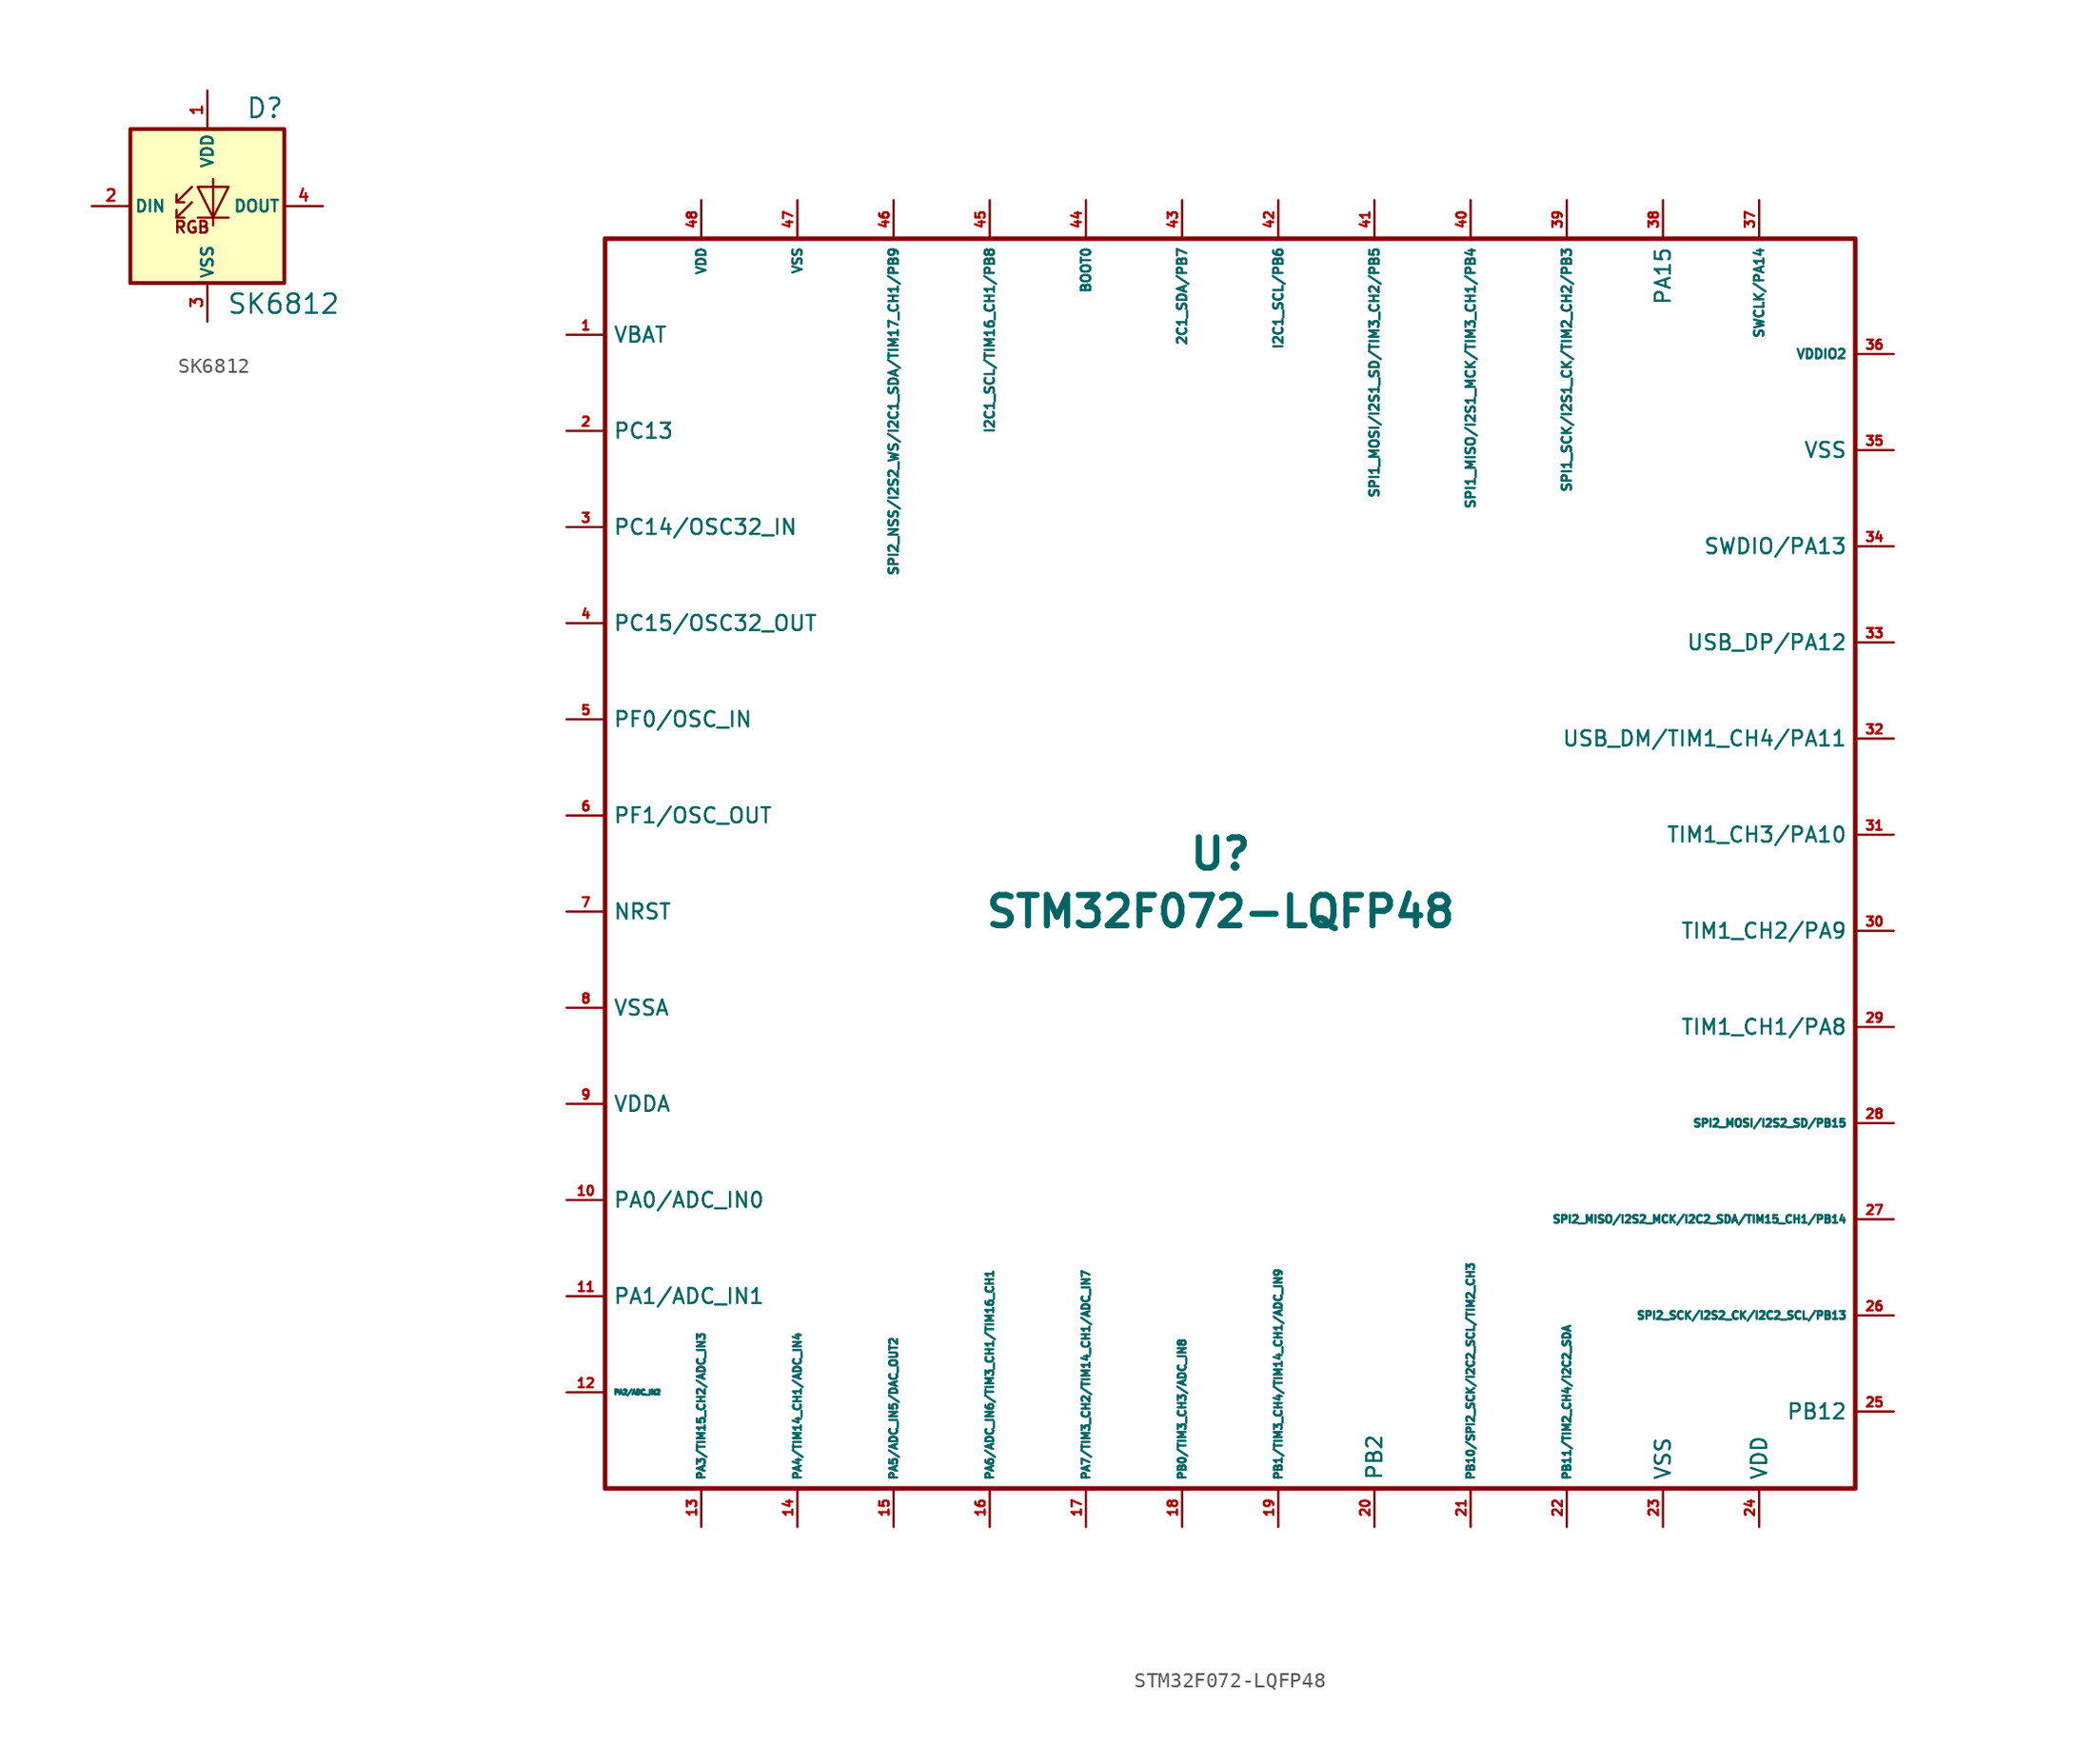
<source format=kicad_sym>
(kicad_symbol_lib
  (version 20200126)
  (host kicad_symbol_editor "(5.99.0-2039-g05a89863c)")
  (symbol "acheronSymbols:SK6812"
    (pin_names
      (offset 0.254))
    (property "Reference" "D"
      (at 5.08 5.715 0)
      (effects (font (size 1.27 1.27)) (justify right bottom)))
    (property "Value" "SK6812"
      (at 1.27 -5.715 0)
      (effects (font (size 1.27 1.27)) (justify left top)))
    (symbol "SK6812_0_0"
      (text "RGB" (at -1.016 -1.397 0) (effects (font (size 0.762 0.762)))))
    (symbol "SK6812_0_1"
      (rectangle (start 5.08 5.08) (end -5.08 -5.08) (stroke (width 0.254)) (fill (type background)))
      (polyline (pts (xy -2.032 -0.762) (xy -1.524 -0.762)) (stroke (width 0)) (fill (type none)))
      (polyline (pts (xy -2.032 0.254) (xy -1.524 0.254)) (stroke (width 0)) (fill (type none)))
      (polyline (pts (xy 1.397 -0.762) (xy -0.635 -0.762)) (stroke (width 0)) (fill (type none)))
      (polyline (pts (xy -1.016 0.254) (xy -2.032 -0.762) (xy -2.032 -0.254)) (stroke (width 0)) (fill (type none)))
      (polyline (pts (xy -1.016 1.27) (xy -2.032 0.254) (xy -2.032 0.762)) (stroke (width 0)) (fill (type none)))
      (polyline (pts (xy 0.381 1.778) (xy 0.381 -0.762) (xy 0.381 -1.27)) (stroke (width 0)) (fill (type none)))
      (polyline (pts (xy 1.397 1.27) (xy -0.635 1.27) (xy 0.381 -0.762) (xy 1.397 1.27)) (stroke (width 0)) (fill (type none))))
    (symbol "SK6812_1_1"
      (pin power_in line (at 0 7.62 270) (length 2.54) (name "VDD" (effects (font (size 0.762 0.762)))) (number "1" (effects (font (size 0.762 0.762)))))
      (pin input line (at -7.62 0 0) (length 2.54) (name "DIN" (effects (font (size 0.762 0.762)))) (number "2" (effects (font (size 0.762 0.762)))))
      (pin power_in line (at 0 -7.62 90) (length 2.54) (name "VSS" (effects (font (size 0.762 0.762)))) (number "3" (effects (font (size 0.762 0.762)))))
      (pin output line (at 7.62 0 180) (length 2.54) (name "DOUT" (effects (font (size 0.762 0.762)))) (number "4" (effects (font (size 0.762 0.762)))))))
  (symbol "acheronSymbols:STM32F072-LQFP48"
    (property "Reference" "U"
      (at 0 1.27 0)
      (effects (font (size 2.007 2.007) bold)))
    (property "Value" "STM32F072-LQFP48"
      (at 0 -2.54 0)
      (effects (font (size 2.007 2.007) bold)))
    (symbol "STM32F072-LQFP48_0_1"
      (rectangle (start 41.91 41.91) (end -40.64 -40.64) (stroke (width 0.305)) (fill (type none))))
    (symbol "STM32F072-LQFP48_1_1"
      (pin power_in line (at -43.18 35.56 0) (length 2.54) (name "VBAT" (effects (font (size 0.991 0.991)))) (number "1" (effects (font (size 0.61 0.61)))))
      (pin bidirectional line (at -43.18 -21.59 0) (length 2.54) (name "PA0/ADC_IN0" (effects (font (size 0.991 0.991)))) (number "10" (effects (font (size 0.61 0.61)))))
      (pin bidirectional line (at -43.18 -27.94 0) (length 2.54) (name "PA1/ADC_IN1" (effects (font (size 0.991 0.991)))) (number "11" (effects (font (size 0.61 0.61)))))
      (pin bidirectional line (at -43.18 -34.29 0) (length 2.54) (name "PA2/ADC_IN2" (effects (font (size 0.305 0.305)))) (number "12" (effects (font (size 0.61 0.61)))))
      (pin bidirectional line (at -34.29 -43.18 90) (length 2.54) (name "PA3/TIM15_CH2/ADC_IN3" (effects (font (size 0.508 0.508)))) (number "13" (effects (font (size 0.61 0.61)))))
      (pin bidirectional line (at -27.94 -43.18 90) (length 2.54) (name "PA4/TIM14_CH1/ADC_IN4" (effects (font (size 0.508 0.508)))) (number "14" (effects (font (size 0.61 0.61)))))
      (pin bidirectional line (at -21.59 -43.18 90) (length 2.54) (name "PA5/ADC_IN5/DAC_OUT2" (effects (font (size 0.508 0.508)))) (number "15" (effects (font (size 0.61 0.61)))))
      (pin bidirectional line (at -15.24 -43.18 90) (length 2.54) (name "PA6/ADC_IN6/TIM3_CH1/TIM16_CH1" (effects (font (size 0.508 0.508)))) (number "16" (effects (font (size 0.61 0.61)))))
      (pin bidirectional line (at -8.89 -43.18 90) (length 2.54) (name "PA7/TIM3_CH2/TIM14_CH1/ADC_IN7" (effects (font (size 0.508 0.508)))) (number "17" (effects (font (size 0.61 0.61)))))
      (pin bidirectional line (at -2.54 -43.18 90) (length 2.54) (name "PB0/TIM3_CH3/ADC_IN8" (effects (font (size 0.508 0.508)))) (number "18" (effects (font (size 0.61 0.61)))))
      (pin bidirectional line (at 3.81 -43.18 90) (length 2.54) (name "PB1/TIM3_CH4/TIM14_CH1/ADC_IN9" (effects (font (size 0.508 0.508)))) (number "19" (effects (font (size 0.61 0.61)))))
      (pin bidirectional line (at -43.18 29.21 0) (length 2.54) (name "PC13" (effects (font (size 0.991 0.991)))) (number "2" (effects (font (size 0.61 0.61)))))
      (pin bidirectional line (at 10.16 -43.18 90) (length 2.54) (name "PB2" (effects (font (size 0.991 0.991)))) (number "20" (effects (font (size 0.61 0.61)))))
      (pin bidirectional line (at 16.51 -43.18 90) (length 2.54) (name "PB10/SPI2_SCK/I2C2_SCL/TIM2_CH3" (effects (font (size 0.508 0.508)))) (number "21" (effects (font (size 0.61 0.61)))))
      (pin bidirectional line (at 22.86 -43.18 90) (length 2.54) (name "PB11/TIM2_CH4/I2C2_SDA" (effects (font (size 0.508 0.508)))) (number "22" (effects (font (size 0.61 0.61)))))
      (pin power_in line (at 29.21 -43.18 90) (length 2.54) (name "VSS" (effects (font (size 0.991 0.991)))) (number "23" (effects (font (size 0.61 0.61)))))
      (pin power_in line (at 35.56 -43.18 90) (length 2.54) (name "VDD" (effects (font (size 0.991 0.991)))) (number "24" (effects (font (size 0.61 0.61)))))
      (pin bidirectional line (at 44.45 -35.56 180) (length 2.54) (name "PB12" (effects (font (size 0.991 0.991)))) (number "25" (effects (font (size 0.61 0.61)))))
      (pin bidirectional line (at 44.45 -29.21 180) (length 2.54) (name "SPI2_SCK/I2S2_CK/I2C2_SCL/PB13" (effects (font (size 0.508 0.508)))) (number "26" (effects (font (size 0.61 0.61)))))
      (pin bidirectional line (at 44.45 -22.86 180) (length 2.54) (name "SPI2_MISO/I2S2_MCK/I2C2_SDA/TIM15_CH1/PB14" (effects (font (size 0.508 0.508)))) (number "27" (effects (font (size 0.61 0.61)))))
      (pin bidirectional line (at 44.45 -16.51 180) (length 2.54) (name "SPI2_MOSI/I2S2_SD/PB15" (effects (font (size 0.508 0.508)))) (number "28" (effects (font (size 0.61 0.61)))))
      (pin bidirectional line (at 44.45 -10.16 180) (length 2.54) (name "TIM1_CH1/PA8" (effects (font (size 0.991 0.991)))) (number "29" (effects (font (size 0.61 0.61)))))
      (pin bidirectional line (at -43.18 22.86 0) (length 2.54) (name "PC14/OSC32_IN" (effects (font (size 0.991 0.991)))) (number "3" (effects (font (size 0.61 0.61)))))
      (pin bidirectional line (at 44.45 -3.81 180) (length 2.54) (name "TIM1_CH2/PA9" (effects (font (size 0.991 0.991)))) (number "30" (effects (font (size 0.61 0.61)))))
      (pin bidirectional line (at 44.45 2.54 180) (length 2.54) (name "TIM1_CH3/PA10" (effects (font (size 0.991 0.991)))) (number "31" (effects (font (size 0.61 0.61)))))
      (pin bidirectional line (at 44.45 8.89 180) (length 2.54) (name "USB_DM/TIM1_CH4/PA11" (effects (font (size 0.991 0.991)))) (number "32" (effects (font (size 0.61 0.61)))))
      (pin bidirectional line (at 44.45 15.24 180) (length 2.54) (name "USB_DP/PA12" (effects (font (size 0.991 0.991)))) (number "33" (effects (font (size 0.61 0.61)))))
      (pin bidirectional line (at 44.45 21.59 180) (length 2.54) (name "SWDIO/PA13" (effects (font (size 0.991 0.991)))) (number "34" (effects (font (size 0.61 0.61)))))
      (pin power_in line (at 44.45 27.94 180) (length 2.54) (name "VSS" (effects (font (size 0.991 0.991)))) (number "35" (effects (font (size 0.61 0.61)))))
      (pin power_in line (at 44.45 34.29 180) (length 2.54) (name "VDDIO2" (effects (font (size 0.61 0.61)))) (number "36" (effects (font (size 0.61 0.61)))))
      (pin bidirectional line (at 35.56 44.45 270) (length 2.54) (name "SWCLK/PA14" (effects (font (size 0.61 0.61)))) (number "37" (effects (font (size 0.61 0.61)))))
      (pin bidirectional line (at 29.21 44.45 270) (length 2.54) (name "PA15" (effects (font (size 0.991 0.991)))) (number "38" (effects (font (size 0.61 0.61)))))
      (pin bidirectional line (at 22.86 44.45 270) (length 2.54) (name "SPI1_SCK/I2S1_CK/TIM2_CH2/PB3" (effects (font (size 0.61 0.61)))) (number "39" (effects (font (size 0.61 0.61)))))
      (pin bidirectional line (at -43.18 16.51 0) (length 2.54) (name "PC15/OSC32_OUT" (effects (font (size 0.991 0.991)))) (number "4" (effects (font (size 0.61 0.61)))))
      (pin bidirectional line (at 16.51 44.45 270) (length 2.54) (name "SPI1_MISO/I2S1_MCK/TIM3_CH1/PB4" (effects (font (size 0.61 0.61)))) (number "40" (effects (font (size 0.61 0.61)))))
      (pin bidirectional line (at 10.16 44.45 270) (length 2.54) (name "SPI1_MOSI/I2S1_SD/TIM3_CH2/PB5" (effects (font (size 0.61 0.61)))) (number "41" (effects (font (size 0.61 0.61)))))
      (pin bidirectional line (at 3.81 44.45 270) (length 2.54) (name "I2C1_SCL/PB6" (effects (font (size 0.61 0.61)))) (number "42" (effects (font (size 0.61 0.61)))))
      (pin bidirectional line (at -2.54 44.45 270) (length 2.54) (name "2C1_SDA/PB7" (effects (font (size 0.61 0.61)))) (number "43" (effects (font (size 0.61 0.61)))))
      (pin output line (at -8.89 44.45 270) (length 2.54) (name "BOOT0" (effects (font (size 0.61 0.61)))) (number "44" (effects (font (size 0.61 0.61)))))
      (pin bidirectional line (at -15.24 44.45 270) (length 2.54) (name "I2C1_SCL/TIM16_CH1/PB8" (effects (font (size 0.61 0.61)))) (number "45" (effects (font (size 0.61 0.61)))))
      (pin input line (at -21.59 44.45 270) (length 2.54) (name "SPI2_NSS/I2S2_WS/I2C1_SDA/TIM17_CH1/PB9" (effects (font (size 0.61 0.61)))) (number "46" (effects (font (size 0.61 0.61)))))
      (pin input line (at -27.94 44.45 270) (length 2.54) (name "VSS" (effects (font (size 0.61 0.61)))) (number "47" (effects (font (size 0.61 0.61)))))
      (pin input line (at -34.29 44.45 270) (length 2.54) (name "VDD" (effects (font (size 0.61 0.61)))) (number "48" (effects (font (size 0.61 0.61)))))
      (pin bidirectional line (at -43.18 10.16 0) (length 2.54) (name "PF0/OSC_IN" (effects (font (size 0.991 0.991)))) (number "5" (effects (font (size 0.61 0.61)))))
      (pin bidirectional line (at -43.18 3.81 0) (length 2.54) (name "PF1/OSC_OUT" (effects (font (size 0.991 0.991)))) (number "6" (effects (font (size 0.61 0.61)))))
      (pin input line (at -43.18 -2.54 0) (length 2.54) (name "NRST" (effects (font (size 0.991 0.991)))) (number "7" (effects (font (size 0.61 0.61)))))
      (pin power_in line (at -43.18 -8.89 0) (length 2.54) (name "VSSA" (effects (font (size 0.991 0.991)))) (number "8" (effects (font (size 0.61 0.61)))))
      (pin power_in line (at -43.18 -15.24 0) (length 2.54) (name "VDDA" (effects (font (size 0.991 0.991)))) (number "9" (effects (font (size 0.61 0.61))))))))
</source>
